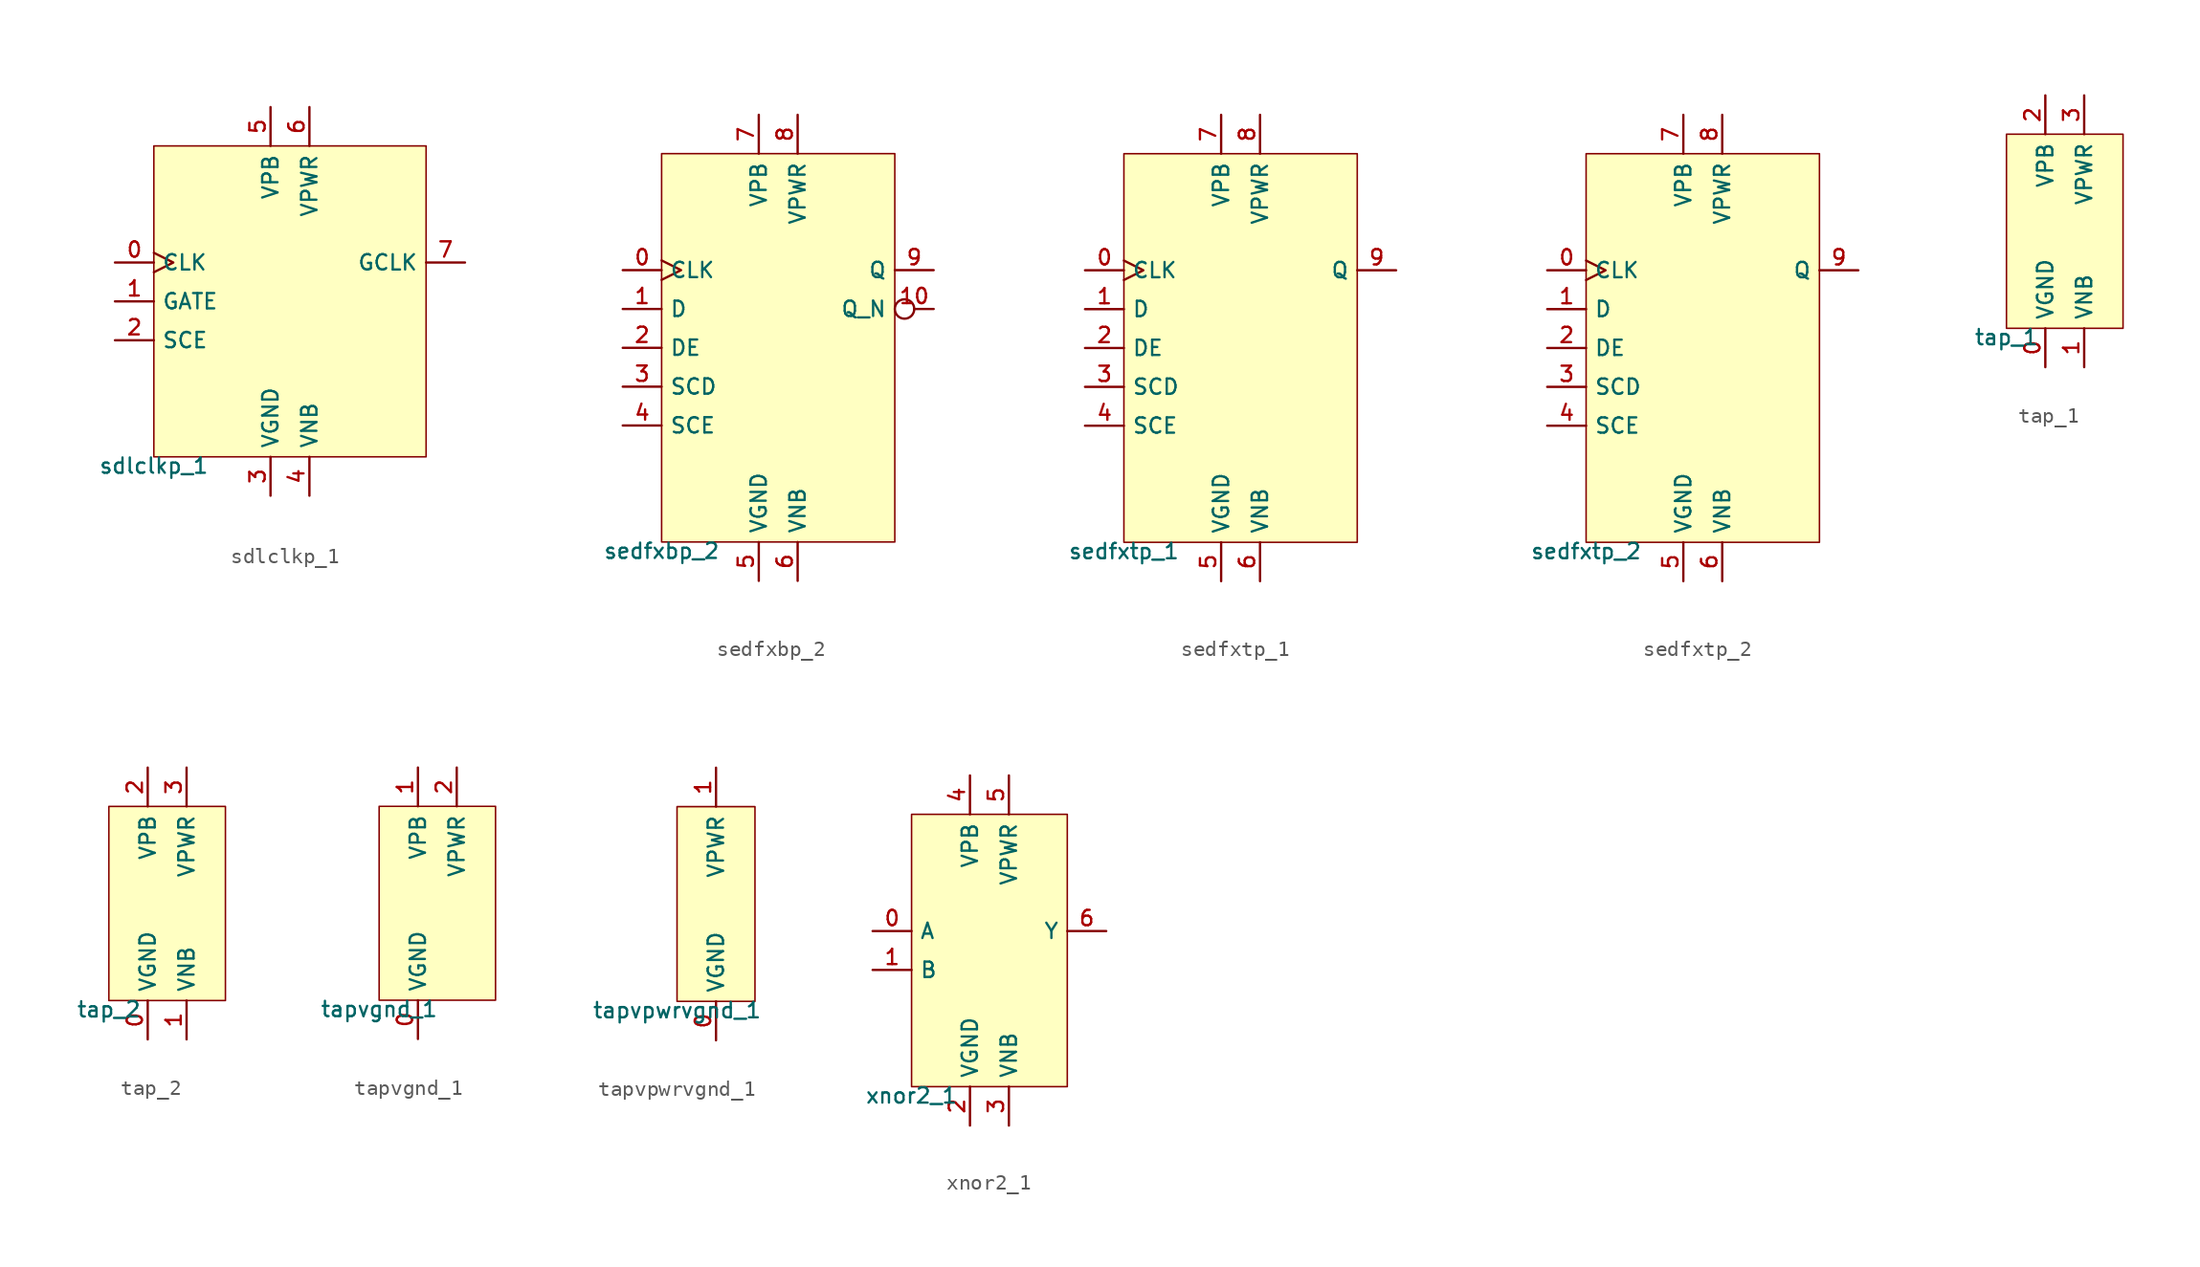
<source format=kicad_sym>
(kicad_symbol_lib
  (version 20211014)
  (generator lef2kicad_sym)
  (symbol "sdlclkp_1"
    (property "Reference" "CELL"
      (at 0 0 0)
      (effects (font (size 1 1)) hide))
    (property "Value" "sdlclkp_1"
      (at -8.89 -10.16 0)
      (effects (font (size 1 1)) (justify top)))
    (rectangle
      (start -8.89 -10.16)
      (end 8.89 10.16)
      (stroke (width 0.1) (type solid) (color 0 0 0 0))
      (fill (type background)))
    (pin input clock
      (at -11.43 2.54 0)
      (length 2.54)
      (name "CLK" (effects (font (size 1 1)) hide))
      (number "0" (effects (font (size 1 1)) hide)))
    (pin input line
      (at -11.43 0.0 0)
      (length 2.54)
      (name "GATE" (effects (font (size 1 1)) hide))
      (number "1" (effects (font (size 1 1)) hide)))
    (pin input line
      (at -11.43 -2.54 0)
      (length 2.54)
      (name "SCE" (effects (font (size 1 1)) hide))
      (number "2" (effects (font (size 1 1)) hide)))
    (pin power_in line
      (at -1.27 -12.7 90)
      (length 2.54)
      (name "VGND" (effects (font (size 1 1)) hide))
      (number "3" (effects (font (size 1 1)) hide)))
    (pin power_in line
      (at 1.27 -12.7 90)
      (length 2.54)
      (name "VNB" (effects (font (size 1 1)) hide))
      (number "4" (effects (font (size 1 1)) hide)))
    (pin power_in line
      (at -1.27 12.7 270)
      (length 2.54)
      (name "VPB" (effects (font (size 1 1)) hide))
      (number "5" (effects (font (size 1 1)) hide)))
    (pin power_in line
      (at 1.27 12.7 270)
      (length 2.54)
      (name "VPWR" (effects (font (size 1 1)) hide))
      (number "6" (effects (font (size 1 1)) hide)))
    (pin output line
      (at 11.43 2.54 180)
      (length 2.54)
      (name "GCLK" (effects (font (size 1 1)) hide))
      (number "7" (effects (font (size 1 1)) hide))))
  (symbol "sedfxbp_2"
    (property "Reference" "CELL"
      (at 0 0 0)
      (effects (font (size 1 1)) hide))
    (property "Value" "sedfxbp_2"
      (at -7.62 -12.7 0)
      (effects (font (size 1 1)) (justify top)))
    (rectangle
      (start -7.62 -12.7)
      (end 7.62 12.7)
      (stroke (width 0.1) (type solid) (color 0 0 0 0))
      (fill (type background)))
    (pin input clock
      (at -10.16 5.08 0)
      (length 2.54)
      (name "CLK" (effects (font (size 1 1)) hide))
      (number "0" (effects (font (size 1 1)) hide)))
    (pin input line
      (at -10.16 2.54 0)
      (length 2.54)
      (name "D" (effects (font (size 1 1)) hide))
      (number "1" (effects (font (size 1 1)) hide)))
    (pin input line
      (at -10.16 -8.881784197001252e-16 0)
      (length 2.54)
      (name "DE" (effects (font (size 1 1)) hide))
      (number "2" (effects (font (size 1 1)) hide)))
    (pin input line
      (at -10.16 -2.54 0)
      (length 2.54)
      (name "SCD" (effects (font (size 1 1)) hide))
      (number "3" (effects (font (size 1 1)) hide)))
    (pin input line
      (at -10.16 -5.08 0)
      (length 2.54)
      (name "SCE" (effects (font (size 1 1)) hide))
      (number "4" (effects (font (size 1 1)) hide)))
    (pin power_in line
      (at -1.27 -15.24 90)
      (length 2.54)
      (name "VGND" (effects (font (size 1 1)) hide))
      (number "5" (effects (font (size 1 1)) hide)))
    (pin power_in line
      (at 1.27 -15.24 90)
      (length 2.54)
      (name "VNB" (effects (font (size 1 1)) hide))
      (number "6" (effects (font (size 1 1)) hide)))
    (pin power_in line
      (at -1.27 15.24 270)
      (length 2.54)
      (name "VPB" (effects (font (size 1 1)) hide))
      (number "7" (effects (font (size 1 1)) hide)))
    (pin power_in line
      (at 1.27 15.24 270)
      (length 2.54)
      (name "VPWR" (effects (font (size 1 1)) hide))
      (number "8" (effects (font (size 1 1)) hide)))
    (pin output line
      (at 10.16 5.08 180)
      (length 2.54)
      (name "Q" (effects (font (size 1 1)) hide))
      (number "9" (effects (font (size 1 1)) hide)))
    (pin output inverted
      (at 10.16 2.54 180)
      (length 2.54)
      (name "Q_N" (effects (font (size 1 1)) hide))
      (number "10" (effects (font (size 1 1)) hide))))
  (symbol "sedfxtp_1"
    (property "Reference" "CELL"
      (at 0 0 0)
      (effects (font (size 1 1)) hide))
    (property "Value" "sedfxtp_1"
      (at -7.62 -12.7 0)
      (effects (font (size 1 1)) (justify top)))
    (rectangle
      (start -7.62 -12.7)
      (end 7.62 12.7)
      (stroke (width 0.1) (type solid) (color 0 0 0 0))
      (fill (type background)))
    (pin input clock
      (at -10.16 5.08 0)
      (length 2.54)
      (name "CLK" (effects (font (size 1 1)) hide))
      (number "0" (effects (font (size 1 1)) hide)))
    (pin input line
      (at -10.16 2.54 0)
      (length 2.54)
      (name "D" (effects (font (size 1 1)) hide))
      (number "1" (effects (font (size 1 1)) hide)))
    (pin input line
      (at -10.16 -8.881784197001252e-16 0)
      (length 2.54)
      (name "DE" (effects (font (size 1 1)) hide))
      (number "2" (effects (font (size 1 1)) hide)))
    (pin input line
      (at -10.16 -2.54 0)
      (length 2.54)
      (name "SCD" (effects (font (size 1 1)) hide))
      (number "3" (effects (font (size 1 1)) hide)))
    (pin input line
      (at -10.16 -5.08 0)
      (length 2.54)
      (name "SCE" (effects (font (size 1 1)) hide))
      (number "4" (effects (font (size 1 1)) hide)))
    (pin power_in line
      (at -1.27 -15.24 90)
      (length 2.54)
      (name "VGND" (effects (font (size 1 1)) hide))
      (number "5" (effects (font (size 1 1)) hide)))
    (pin power_in line
      (at 1.27 -15.24 90)
      (length 2.54)
      (name "VNB" (effects (font (size 1 1)) hide))
      (number "6" (effects (font (size 1 1)) hide)))
    (pin power_in line
      (at -1.27 15.24 270)
      (length 2.54)
      (name "VPB" (effects (font (size 1 1)) hide))
      (number "7" (effects (font (size 1 1)) hide)))
    (pin power_in line
      (at 1.27 15.24 270)
      (length 2.54)
      (name "VPWR" (effects (font (size 1 1)) hide))
      (number "8" (effects (font (size 1 1)) hide)))
    (pin output line
      (at 10.16 5.08 180)
      (length 2.54)
      (name "Q" (effects (font (size 1 1)) hide))
      (number "9" (effects (font (size 1 1)) hide))))
  (symbol "sedfxtp_2"
    (property "Reference" "CELL"
      (at 0 0 0)
      (effects (font (size 1 1)) hide))
    (property "Value" "sedfxtp_2"
      (at -7.62 -12.7 0)
      (effects (font (size 1 1)) (justify top)))
    (rectangle
      (start -7.62 -12.7)
      (end 7.62 12.7)
      (stroke (width 0.1) (type solid) (color 0 0 0 0))
      (fill (type background)))
    (pin input clock
      (at -10.16 5.08 0)
      (length 2.54)
      (name "CLK" (effects (font (size 1 1)) hide))
      (number "0" (effects (font (size 1 1)) hide)))
    (pin input line
      (at -10.16 2.54 0)
      (length 2.54)
      (name "D" (effects (font (size 1 1)) hide))
      (number "1" (effects (font (size 1 1)) hide)))
    (pin input line
      (at -10.16 -8.881784197001252e-16 0)
      (length 2.54)
      (name "DE" (effects (font (size 1 1)) hide))
      (number "2" (effects (font (size 1 1)) hide)))
    (pin input line
      (at -10.16 -2.54 0)
      (length 2.54)
      (name "SCD" (effects (font (size 1 1)) hide))
      (number "3" (effects (font (size 1 1)) hide)))
    (pin input line
      (at -10.16 -5.08 0)
      (length 2.54)
      (name "SCE" (effects (font (size 1 1)) hide))
      (number "4" (effects (font (size 1 1)) hide)))
    (pin power_in line
      (at -1.27 -15.24 90)
      (length 2.54)
      (name "VGND" (effects (font (size 1 1)) hide))
      (number "5" (effects (font (size 1 1)) hide)))
    (pin power_in line
      (at 1.27 -15.24 90)
      (length 2.54)
      (name "VNB" (effects (font (size 1 1)) hide))
      (number "6" (effects (font (size 1 1)) hide)))
    (pin power_in line
      (at -1.27 15.24 270)
      (length 2.54)
      (name "VPB" (effects (font (size 1 1)) hide))
      (number "7" (effects (font (size 1 1)) hide)))
    (pin power_in line
      (at 1.27 15.24 270)
      (length 2.54)
      (name "VPWR" (effects (font (size 1 1)) hide))
      (number "8" (effects (font (size 1 1)) hide)))
    (pin output line
      (at 10.16 5.08 180)
      (length 2.54)
      (name "Q" (effects (font (size 1 1)) hide))
      (number "9" (effects (font (size 1 1)) hide))))
  (symbol "tap_1"
    (property "Reference" "CELL"
      (at 0 0 0)
      (effects (font (size 1 1)) hide))
    (property "Value" "tap_1"
      (at -3.81 -6.35 0)
      (effects (font (size 1 1)) (justify top)))
    (rectangle
      (start -3.81 -6.35)
      (end 3.81 6.35)
      (stroke (width 0.1) (type solid) (color 0 0 0 0))
      (fill (type background)))
    (pin power_in line
      (at -1.27 -8.89 90)
      (length 2.54)
      (name "VGND" (effects (font (size 1 1)) hide))
      (number "0" (effects (font (size 1 1)) hide)))
    (pin power_in line
      (at 1.27 -8.89 90)
      (length 2.54)
      (name "VNB" (effects (font (size 1 1)) hide))
      (number "1" (effects (font (size 1 1)) hide)))
    (pin power_in line
      (at -1.27 8.89 270)
      (length 2.54)
      (name "VPB" (effects (font (size 1 1)) hide))
      (number "2" (effects (font (size 1 1)) hide)))
    (pin power_in line
      (at 1.27 8.89 270)
      (length 2.54)
      (name "VPWR" (effects (font (size 1 1)) hide))
      (number "3" (effects (font (size 1 1)) hide))))
  (symbol "tap_2"
    (property "Reference" "CELL"
      (at 0 0 0)
      (effects (font (size 1 1)) hide))
    (property "Value" "tap_2"
      (at -3.81 -6.35 0)
      (effects (font (size 1 1)) (justify top)))
    (rectangle
      (start -3.81 -6.35)
      (end 3.81 6.35)
      (stroke (width 0.1) (type solid) (color 0 0 0 0))
      (fill (type background)))
    (pin power_in line
      (at -1.27 -8.89 90)
      (length 2.54)
      (name "VGND" (effects (font (size 1 1)) hide))
      (number "0" (effects (font (size 1 1)) hide)))
    (pin power_in line
      (at 1.27 -8.89 90)
      (length 2.54)
      (name "VNB" (effects (font (size 1 1)) hide))
      (number "1" (effects (font (size 1 1)) hide)))
    (pin power_in line
      (at -1.27 8.89 270)
      (length 2.54)
      (name "VPB" (effects (font (size 1 1)) hide))
      (number "2" (effects (font (size 1 1)) hide)))
    (pin power_in line
      (at 1.27 8.89 270)
      (length 2.54)
      (name "VPWR" (effects (font (size 1 1)) hide))
      (number "3" (effects (font (size 1 1)) hide))))
  (symbol "tapvgnd_1"
    (property "Reference" "CELL"
      (at 0 0 0)
      (effects (font (size 1 1)) hide))
    (property "Value" "tapvgnd_1"
      (at -3.81 -6.35 0)
      (effects (font (size 1 1)) (justify top)))
    (rectangle
      (start -3.81 -6.35)
      (end 3.81 6.35)
      (stroke (width 0.1) (type solid) (color 0 0 0 0))
      (fill (type background)))
    (pin power_in line
      (at -1.27 -8.89 90)
      (length 2.54)
      (name "VGND" (effects (font (size 1 1)) hide))
      (number "0" (effects (font (size 1 1)) hide)))
    (pin power_in line
      (at -1.27 8.89 270)
      (length 2.54)
      (name "VPB" (effects (font (size 1 1)) hide))
      (number "1" (effects (font (size 1 1)) hide)))
    (pin power_in line
      (at 1.27 8.89 270)
      (length 2.54)
      (name "VPWR" (effects (font (size 1 1)) hide))
      (number "2" (effects (font (size 1 1)) hide))))
  (symbol "tapvpwrvgnd_1"
    (property "Reference" "CELL"
      (at 0 0 0)
      (effects (font (size 1 1)) hide))
    (property "Value" "tapvpwrvgnd_1"
      (at -2.54 -6.35 0)
      (effects (font (size 1 1)) (justify top)))
    (rectangle
      (start -2.54 -6.35)
      (end 2.54 6.35)
      (stroke (width 0.1) (type solid) (color 0 0 0 0))
      (fill (type background)))
    (pin power_in line
      (at 0.0 -8.89 90)
      (length 2.54)
      (name "VGND" (effects (font (size 1 1)) hide))
      (number "0" (effects (font (size 1 1)) hide)))
    (pin power_in line
      (at 0.0 8.89 270)
      (length 2.54)
      (name "VPWR" (effects (font (size 1 1)) hide))
      (number "1" (effects (font (size 1 1)) hide))))
  (symbol "xnor2_1"
    (property "Reference" "CELL"
      (at 0 0 0)
      (effects (font (size 1 1)) hide))
    (property "Value" "xnor2_1"
      (at -5.08 -8.89 0)
      (effects (font (size 1 1)) (justify top)))
    (rectangle
      (start -5.08 -8.89)
      (end 5.08 8.89)
      (stroke (width 0.1) (type solid) (color 0 0 0 0))
      (fill (type background)))
    (pin input line
      (at -7.62 1.27 0)
      (length 2.54)
      (name "A" (effects (font (size 1 1)) hide))
      (number "0" (effects (font (size 1 1)) hide)))
    (pin input line
      (at -7.62 -1.27 0)
      (length 2.54)
      (name "B" (effects (font (size 1 1)) hide))
      (number "1" (effects (font (size 1 1)) hide)))
    (pin power_in line
      (at -1.27 -11.43 90)
      (length 2.54)
      (name "VGND" (effects (font (size 1 1)) hide))
      (number "2" (effects (font (size 1 1)) hide)))
    (pin power_in line
      (at 1.27 -11.43 90)
      (length 2.54)
      (name "VNB" (effects (font (size 1 1)) hide))
      (number "3" (effects (font (size 1 1)) hide)))
    (pin power_in line
      (at -1.27 11.43 270)
      (length 2.54)
      (name "VPB" (effects (font (size 1 1)) hide))
      (number "4" (effects (font (size 1 1)) hide)))
    (pin power_in line
      (at 1.27 11.43 270)
      (length 2.54)
      (name "VPWR" (effects (font (size 1 1)) hide))
      (number "5" (effects (font (size 1 1)) hide)))
    (pin output line
      (at 7.62 1.27 180)
      (length 2.54)
      (name "Y" (effects (font (size 1 1)) hide))
      (number "6" (effects (font (size 1 1)) hide)))))
</source>
